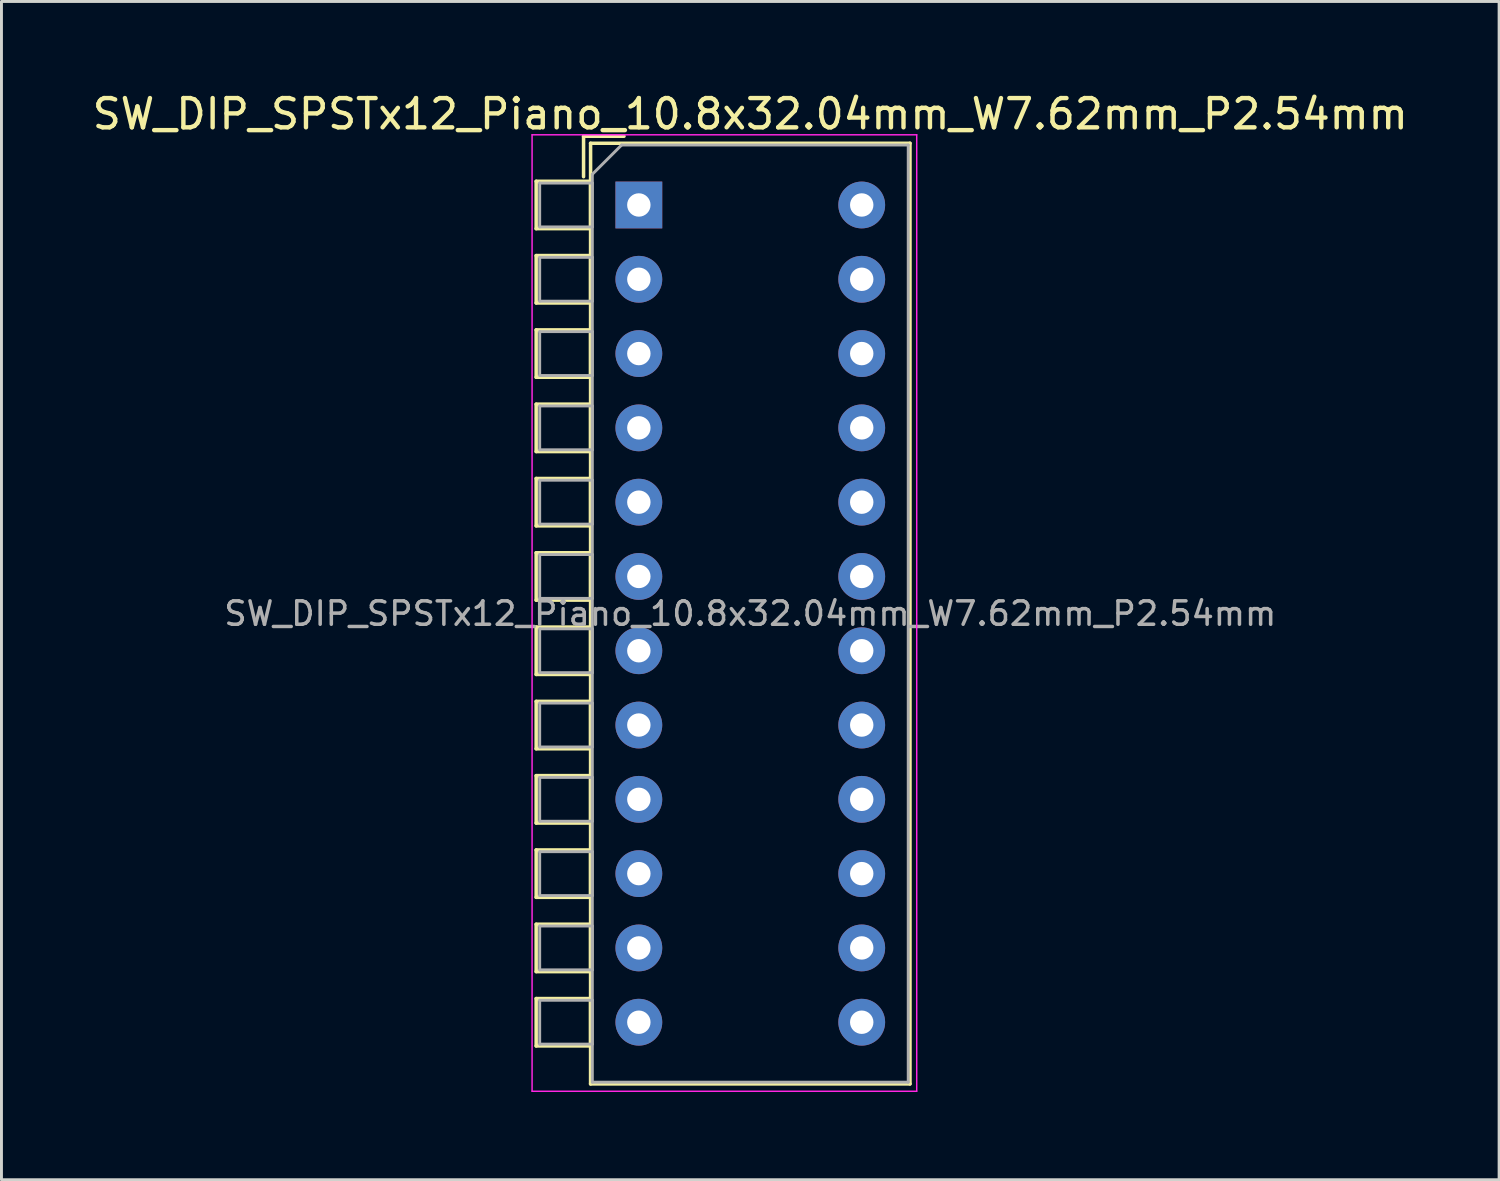
<source format=kicad_pcb>
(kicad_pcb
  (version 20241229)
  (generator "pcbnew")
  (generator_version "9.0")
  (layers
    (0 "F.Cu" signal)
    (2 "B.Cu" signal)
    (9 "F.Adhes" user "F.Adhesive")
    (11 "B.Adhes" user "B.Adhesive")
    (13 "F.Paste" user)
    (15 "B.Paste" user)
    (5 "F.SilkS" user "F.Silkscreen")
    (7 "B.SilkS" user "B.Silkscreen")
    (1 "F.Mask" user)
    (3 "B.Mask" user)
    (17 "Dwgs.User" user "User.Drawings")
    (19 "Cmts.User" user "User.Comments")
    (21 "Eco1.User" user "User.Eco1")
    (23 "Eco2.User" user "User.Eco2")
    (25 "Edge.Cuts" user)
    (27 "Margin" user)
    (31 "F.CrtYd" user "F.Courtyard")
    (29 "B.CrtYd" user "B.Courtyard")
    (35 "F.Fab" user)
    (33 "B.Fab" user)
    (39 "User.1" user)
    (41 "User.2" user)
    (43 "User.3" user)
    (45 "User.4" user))
  (footprint "SW_DIP_SPSTx12_Piano_10.8x32.04mm_W7.62mm_P2.54mm"
    (layer "F.Cu")
    (at 18.791 3.958)
    (property "Reference" "SW_DIP_SPSTx12_Piano_10.8x32.04mm_W7.62mm_P2.54mm" (at 3.81 -3.11 0) (layer "F.SilkS") (effects (font (size 1 1) (thickness 0.15))))
    (attr through_hole)
    (fp_line (start -3.51 -0.81) (end -3.51 0.81) (stroke (width 0.12) (type solid)) (layer "F.SilkS"))
    (fp_line (start -3.51 -0.81) (end -1.65 -0.81) (stroke (width 0.12) (type solid)) (layer "F.SilkS"))
    (fp_line (start -3.51 0.81) (end -1.65 0.81) (stroke (width 0.12) (type solid)) (layer "F.SilkS"))
    (fp_line (start -3.51 1.73) (end -3.51 3.35) (stroke (width 0.12) (type solid)) (layer "F.SilkS"))
    (fp_line (start -3.51 1.73) (end -1.65 1.73) (stroke (width 0.12) (type solid)) (layer "F.SilkS"))
    (fp_line (start -3.51 3.35) (end -1.65 3.35) (stroke (width 0.12) (type solid)) (layer "F.SilkS"))
    (fp_line (start -3.51 4.27) (end -3.51 5.89) (stroke (width 0.12) (type solid)) (layer "F.SilkS"))
    (fp_line (start -3.51 4.27) (end -1.65 4.27) (stroke (width 0.12) (type solid)) (layer "F.SilkS"))
    (fp_line (start -3.51 5.89) (end -1.65 5.89) (stroke (width 0.12) (type solid)) (layer "F.SilkS"))
    (fp_line (start -3.51 6.81) (end -3.51 8.43) (stroke (width 0.12) (type solid)) (layer "F.SilkS"))
    (fp_line (start -3.51 6.81) (end -1.65 6.81) (stroke (width 0.12) (type solid)) (layer "F.SilkS"))
    (fp_line (start -3.51 8.43) (end -1.65 8.43) (stroke (width 0.12) (type solid)) (layer "F.SilkS"))
    (fp_line (start -3.51 9.35) (end -3.51 10.97) (stroke (width 0.12) (type solid)) (layer "F.SilkS"))
    (fp_line (start -3.51 9.35) (end -1.65 9.35) (stroke (width 0.12) (type solid)) (layer "F.SilkS"))
    (fp_line (start -3.51 10.97) (end -1.65 10.97) (stroke (width 0.12) (type solid)) (layer "F.SilkS"))
    (fp_line (start -3.51 11.89) (end -3.51 13.51) (stroke (width 0.12) (type solid)) (layer "F.SilkS"))
    (fp_line (start -3.51 11.89) (end -1.65 11.89) (stroke (width 0.12) (type solid)) (layer "F.SilkS"))
    (fp_line (start -3.51 13.51) (end -1.65 13.51) (stroke (width 0.12) (type solid)) (layer "F.SilkS"))
    (fp_line (start -3.51 14.43) (end -3.51 16.05) (stroke (width 0.12) (type solid)) (layer "F.SilkS"))
    (fp_line (start -3.51 14.43) (end -1.65 14.43) (stroke (width 0.12) (type solid)) (layer "F.SilkS"))
    (fp_line (start -3.51 16.05) (end -1.65 16.05) (stroke (width 0.12) (type solid)) (layer "F.SilkS"))
    (fp_line (start -3.51 16.971) (end -3.51 18.591) (stroke (width 0.12) (type solid)) (layer "F.SilkS"))
    (fp_line (start -3.51 16.971) (end -1.65 16.971) (stroke (width 0.12) (type solid)) (layer "F.SilkS"))
    (fp_line (start -3.51 18.591) (end -1.65 18.591) (stroke (width 0.12) (type solid)) (layer "F.SilkS"))
    (fp_line (start -3.51 19.51) (end -3.51 21.131) (stroke (width 0.12) (type solid)) (layer "F.SilkS"))
    (fp_line (start -3.51 19.51) (end -1.65 19.51) (stroke (width 0.12) (type solid)) (layer "F.SilkS"))
    (fp_line (start -3.51 21.131) (end -1.65 21.131) (stroke (width 0.12) (type solid)) (layer "F.SilkS"))
    (fp_line (start -3.51 22.05) (end -3.51 23.67) (stroke (width 0.12) (type solid)) (layer "F.SilkS"))
    (fp_line (start -3.51 22.05) (end -1.65 22.05) (stroke (width 0.12) (type solid)) (layer "F.SilkS"))
    (fp_line (start -3.51 23.67) (end -1.65 23.67) (stroke (width 0.12) (type solid)) (layer "F.SilkS"))
    (fp_line (start -3.51 24.59) (end -3.51 26.21) (stroke (width 0.12) (type solid)) (layer "F.SilkS"))
    (fp_line (start -3.51 24.59) (end -1.65 24.59) (stroke (width 0.12) (type solid)) (layer "F.SilkS"))
    (fp_line (start -3.51 26.21) (end -1.65 26.21) (stroke (width 0.12) (type solid)) (layer "F.SilkS"))
    (fp_line (start -3.51 27.131) (end -3.51 28.751) (stroke (width 0.12) (type solid)) (layer "F.SilkS"))
    (fp_line (start -3.51 27.131) (end -1.65 27.131) (stroke (width 0.12) (type solid)) (layer "F.SilkS"))
    (fp_line (start -3.51 28.751) (end -1.65 28.751) (stroke (width 0.12) (type solid)) (layer "F.SilkS"))
    (fp_line (start -1.89 -2.35) (end -1.89 -0.967) (stroke (width 0.12) (type solid)) (layer "F.SilkS"))
    (fp_line (start -1.89 -2.35) (end -0.507 -2.35) (stroke (width 0.12) (type solid)) (layer "F.SilkS"))
    (fp_line (start -1.65 -2.11) (end -1.65 30.05) (stroke (width 0.12) (type solid)) (layer "F.SilkS"))
    (fp_line (start -1.65 -2.11) (end 9.27 -2.11) (stroke (width 0.12) (type solid)) (layer "F.SilkS"))
    (fp_line (start -1.65 -0.81) (end -1.65 0.81) (stroke (width 0.12) (type solid)) (layer "F.SilkS"))
    (fp_line (start -1.65 1.73) (end -1.65 3.35) (stroke (width 0.12) (type solid)) (layer "F.SilkS"))
    (fp_line (start -1.65 4.27) (end -1.65 5.89) (stroke (width 0.12) (type solid)) (layer "F.SilkS"))
    (fp_line (start -1.65 6.81) (end -1.65 8.43) (stroke (width 0.12) (type solid)) (layer "F.SilkS"))
    (fp_line (start -1.65 9.35) (end -1.65 10.97) (stroke (width 0.12) (type solid)) (layer "F.SilkS"))
    (fp_line (start -1.65 11.89) (end -1.65 13.51) (stroke (width 0.12) (type solid)) (layer "F.SilkS"))
    (fp_line (start -1.65 14.43) (end -1.65 16.05) (stroke (width 0.12) (type solid)) (layer "F.SilkS"))
    (fp_line (start -1.65 16.971) (end -1.65 18.591) (stroke (width 0.12) (type solid)) (layer "F.SilkS"))
    (fp_line (start -1.65 19.51) (end -1.65 21.131) (stroke (width 0.12) (type solid)) (layer "F.SilkS"))
    (fp_line (start -1.65 22.05) (end -1.65 23.67) (stroke (width 0.12) (type solid)) (layer "F.SilkS"))
    (fp_line (start -1.65 24.59) (end -1.65 26.21) (stroke (width 0.12) (type solid)) (layer "F.SilkS"))
    (fp_line (start -1.65 27.131) (end -1.65 28.751) (stroke (width 0.12) (type solid)) (layer "F.SilkS"))
    (fp_line (start -1.65 30.05) (end 9.27 30.05) (stroke (width 0.12) (type solid)) (layer "F.SilkS"))
    (fp_line (start 9.27 -2.11) (end 9.27 30.05) (stroke (width 0.12) (type solid)) (layer "F.SilkS"))
    (fp_line (start -3.65 -2.4) (end -3.65 30.3) (stroke (width 0.05) (type solid)) (layer "F.CrtYd"))
    (fp_line (start -3.65 30.3) (end 9.5 30.3) (stroke (width 0.05) (type solid)) (layer "F.CrtYd"))
    (fp_line (start 9.5 -2.4) (end -3.65 -2.4) (stroke (width 0.05) (type solid)) (layer "F.CrtYd"))
    (fp_line (start 9.5 30.3) (end 9.5 -2.4) (stroke (width 0.05) (type solid)) (layer "F.CrtYd"))
    (fp_line (start -3.39 -0.75) (end -1.59 -0.75) (stroke (width 0.1) (type solid)) (layer "F.Fab"))
    (fp_line (start -3.39 0.75) (end -3.39 -0.75) (stroke (width 0.1) (type solid)) (layer "F.Fab"))
    (fp_line (start -3.39 1.79) (end -1.59 1.79) (stroke (width 0.1) (type solid)) (layer "F.Fab"))
    (fp_line (start -3.39 3.29) (end -3.39 1.79) (stroke (width 0.1) (type solid)) (layer "F.Fab"))
    (fp_line (start -3.39 4.33) (end -1.59 4.33) (stroke (width 0.1) (type solid)) (layer "F.Fab"))
    (fp_line (start -3.39 5.83) (end -3.39 4.33) (stroke (width 0.1) (type solid)) (layer "F.Fab"))
    (fp_line (start -3.39 6.87) (end -1.59 6.87) (stroke (width 0.1) (type solid)) (layer "F.Fab"))
    (fp_line (start -3.39 8.37) (end -3.39 6.87) (stroke (width 0.1) (type solid)) (layer "F.Fab"))
    (fp_line (start -3.39 9.41) (end -1.59 9.41) (stroke (width 0.1) (type solid)) (layer "F.Fab"))
    (fp_line (start -3.39 10.91) (end -3.39 9.41) (stroke (width 0.1) (type solid)) (layer "F.Fab"))
    (fp_line (start -3.39 11.95) (end -1.59 11.95) (stroke (width 0.1) (type solid)) (layer "F.Fab"))
    (fp_line (start -3.39 13.45) (end -3.39 11.95) (stroke (width 0.1) (type solid)) (layer "F.Fab"))
    (fp_line (start -3.39 14.49) (end -1.59 14.49) (stroke (width 0.1) (type solid)) (layer "F.Fab"))
    (fp_line (start -3.39 15.99) (end -3.39 14.49) (stroke (width 0.1) (type solid)) (layer "F.Fab"))
    (fp_line (start -3.39 17.03) (end -1.59 17.03) (stroke (width 0.1) (type solid)) (layer "F.Fab"))
    (fp_line (start -3.39 18.53) (end -3.39 17.03) (stroke (width 0.1) (type solid)) (layer "F.Fab"))
    (fp_line (start -3.39 19.57) (end -1.59 19.57) (stroke (width 0.1) (type solid)) (layer "F.Fab"))
    (fp_line (start -3.39 21.07) (end -3.39 19.57) (stroke (width 0.1) (type solid)) (layer "F.Fab"))
    (fp_line (start -3.39 22.11) (end -1.59 22.11) (stroke (width 0.1) (type solid)) (layer "F.Fab"))
    (fp_line (start -3.39 23.61) (end -3.39 22.11) (stroke (width 0.1) (type solid)) (layer "F.Fab"))
    (fp_line (start -3.39 24.65) (end -1.59 24.65) (stroke (width 0.1) (type solid)) (layer "F.Fab"))
    (fp_line (start -3.39 26.15) (end -3.39 24.65) (stroke (width 0.1) (type solid)) (layer "F.Fab"))
    (fp_line (start -3.39 27.19) (end -1.59 27.19) (stroke (width 0.1) (type solid)) (layer "F.Fab"))
    (fp_line (start -3.39 28.69) (end -3.39 27.19) (stroke (width 0.1) (type solid)) (layer "F.Fab"))
    (fp_line (start -1.59 -1.05) (end -0.59 -2.05) (stroke (width 0.1) (type solid)) (layer "F.Fab"))
    (fp_line (start -1.59 -0.75) (end -1.59 0.75) (stroke (width 0.1) (type solid)) (layer "F.Fab"))
    (fp_line (start -1.59 0.75) (end -3.39 0.75) (stroke (width 0.1) (type solid)) (layer "F.Fab"))
    (fp_line (start -1.59 1.79) (end -1.59 3.29) (stroke (width 0.1) (type solid)) (layer "F.Fab"))
    (fp_line (start -1.59 3.29) (end -3.39 3.29) (stroke (width 0.1) (type solid)) (layer "F.Fab"))
    (fp_line (start -1.59 4.33) (end -1.59 5.83) (stroke (width 0.1) (type solid)) (layer "F.Fab"))
    (fp_line (start -1.59 5.83) (end -3.39 5.83) (stroke (width 0.1) (type solid)) (layer "F.Fab"))
    (fp_line (start -1.59 6.87) (end -1.59 8.37) (stroke (width 0.1) (type solid)) (layer "F.Fab"))
    (fp_line (start -1.59 8.37) (end -3.39 8.37) (stroke (width 0.1) (type solid)) (layer "F.Fab"))
    (fp_line (start -1.59 9.41) (end -1.59 10.91) (stroke (width 0.1) (type solid)) (layer "F.Fab"))
    (fp_line (start -1.59 10.91) (end -3.39 10.91) (stroke (width 0.1) (type solid)) (layer "F.Fab"))
    (fp_line (start -1.59 11.95) (end -1.59 13.45) (stroke (width 0.1) (type solid)) (layer "F.Fab"))
    (fp_line (start -1.59 13.45) (end -3.39 13.45) (stroke (width 0.1) (type solid)) (layer "F.Fab"))
    (fp_line (start -1.59 14.49) (end -1.59 15.99) (stroke (width 0.1) (type solid)) (layer "F.Fab"))
    (fp_line (start -1.59 15.99) (end -3.39 15.99) (stroke (width 0.1) (type solid)) (layer "F.Fab"))
    (fp_line (start -1.59 17.03) (end -1.59 18.53) (stroke (width 0.1) (type solid)) (layer "F.Fab"))
    (fp_line (start -1.59 18.53) (end -3.39 18.53) (stroke (width 0.1) (type solid)) (layer "F.Fab"))
    (fp_line (start -1.59 19.57) (end -1.59 21.07) (stroke (width 0.1) (type solid)) (layer "F.Fab"))
    (fp_line (start -1.59 21.07) (end -3.39 21.07) (stroke (width 0.1) (type solid)) (layer "F.Fab"))
    (fp_line (start -1.59 22.11) (end -1.59 23.61) (stroke (width 0.1) (type solid)) (layer "F.Fab"))
    (fp_line (start -1.59 23.61) (end -3.39 23.61) (stroke (width 0.1) (type solid)) (layer "F.Fab"))
    (fp_line (start -1.59 24.65) (end -1.59 26.15) (stroke (width 0.1) (type solid)) (layer "F.Fab"))
    (fp_line (start -1.59 26.15) (end -3.39 26.15) (stroke (width 0.1) (type solid)) (layer "F.Fab"))
    (fp_line (start -1.59 27.19) (end -1.59 28.69) (stroke (width 0.1) (type solid)) (layer "F.Fab"))
    (fp_line (start -1.59 28.69) (end -3.39 28.69) (stroke (width 0.1) (type solid)) (layer "F.Fab"))
    (fp_line (start -1.59 29.99) (end -1.59 -1.05) (stroke (width 0.1) (type solid)) (layer "F.Fab"))
    (fp_line (start -0.59 -2.05) (end 9.21 -2.05) (stroke (width 0.1) (type solid)) (layer "F.Fab"))
    (fp_line (start 9.21 -2.05) (end 9.21 29.99) (stroke (width 0.1) (type solid)) (layer "F.Fab"))
    (fp_line (start 9.21 29.99) (end -1.59 29.99) (stroke (width 0.1) (type solid)) (layer "F.Fab"))
    (fp_text user "${REFERENCE}" (at 3.81 13.97 0) (layer "F.Fab") (effects (font (size 0.8 0.8) (thickness 0.12))))
    (pad "1" thru_hole rect (at 0 0) (size 1.6 1.6) (drill 0.8) (layers "*.Cu" "*.Mask"))
    (pad "2" thru_hole oval (at 0 2.54) (size 1.6 1.6) (drill 0.8) (layers "*.Cu" "*.Mask"))
    (pad "3" thru_hole oval (at 0 5.08) (size 1.6 1.6) (drill 0.8) (layers "*.Cu" "*.Mask"))
    (pad "4" thru_hole oval (at 0 7.62) (size 1.6 1.6) (drill 0.8) (layers "*.Cu" "*.Mask"))
    (pad "5" thru_hole oval (at 0 10.16) (size 1.6 1.6) (drill 0.8) (layers "*.Cu" "*.Mask"))
    (pad "6" thru_hole oval (at 0 12.7) (size 1.6 1.6) (drill 0.8) (layers "*.Cu" "*.Mask"))
    (pad "7" thru_hole oval (at 0 15.24) (size 1.6 1.6) (drill 0.8) (layers "*.Cu" "*.Mask"))
    (pad "8" thru_hole oval (at 0 17.78) (size 1.6 1.6) (drill 0.8) (layers "*.Cu" "*.Mask"))
    (pad "9" thru_hole oval (at 0 20.32) (size 1.6 1.6) (drill 0.8) (layers "*.Cu" "*.Mask"))
    (pad "10" thru_hole oval (at 0 22.86) (size 1.6 1.6) (drill 0.8) (layers "*.Cu" "*.Mask"))
    (pad "11" thru_hole oval (at 0 25.4) (size 1.6 1.6) (drill 0.8) (layers "*.Cu" "*.Mask"))
    (pad "12" thru_hole oval (at 0 27.94) (size 1.6 1.6) (drill 0.8) (layers "*.Cu" "*.Mask"))
    (pad "13" thru_hole oval (at 7.62 27.94) (size 1.6 1.6) (drill 0.8) (layers "*.Cu" "*.Mask"))
    (pad "14" thru_hole oval (at 7.62 25.4) (size 1.6 1.6) (drill 0.8) (layers "*.Cu" "*.Mask"))
    (pad "15" thru_hole oval (at 7.62 22.86) (size 1.6 1.6) (drill 0.8) (layers "*.Cu" "*.Mask"))
    (pad "16" thru_hole oval (at 7.62 20.32) (size 1.6 1.6) (drill 0.8) (layers "*.Cu" "*.Mask"))
    (pad "17" thru_hole oval (at 7.62 17.78) (size 1.6 1.6) (drill 0.8) (layers "*.Cu" "*.Mask"))
    (pad "18" thru_hole oval (at 7.62 15.24) (size 1.6 1.6) (drill 0.8) (layers "*.Cu" "*.Mask"))
    (pad "19" thru_hole oval (at 7.62 12.7) (size 1.6 1.6) (drill 0.8) (layers "*.Cu" "*.Mask"))
    (pad "20" thru_hole oval (at 7.62 10.16) (size 1.6 1.6) (drill 0.8) (layers "*.Cu" "*.Mask"))
    (pad "21" thru_hole oval (at 7.62 7.62) (size 1.6 1.6) (drill 0.8) (layers "*.Cu" "*.Mask"))
    (pad "22" thru_hole oval (at 7.62 5.08) (size 1.6 1.6) (drill 0.8) (layers "*.Cu" "*.Mask"))
    (pad "23" thru_hole oval (at 7.62 2.54) (size 1.6 1.6) (drill 0.8) (layers "*.Cu" "*.Mask"))
    (pad "24" thru_hole oval (at 7.62 0) (size 1.6 1.6) (drill 0.8) (layers "*.Cu" "*.Mask")))
  (gr_rect
    (start -3 -3)
    (end 48.202 37.283)
    (stroke (width 0.1) (type default))
    (fill no)
    (layer "Edge.Cuts")))
</source>
